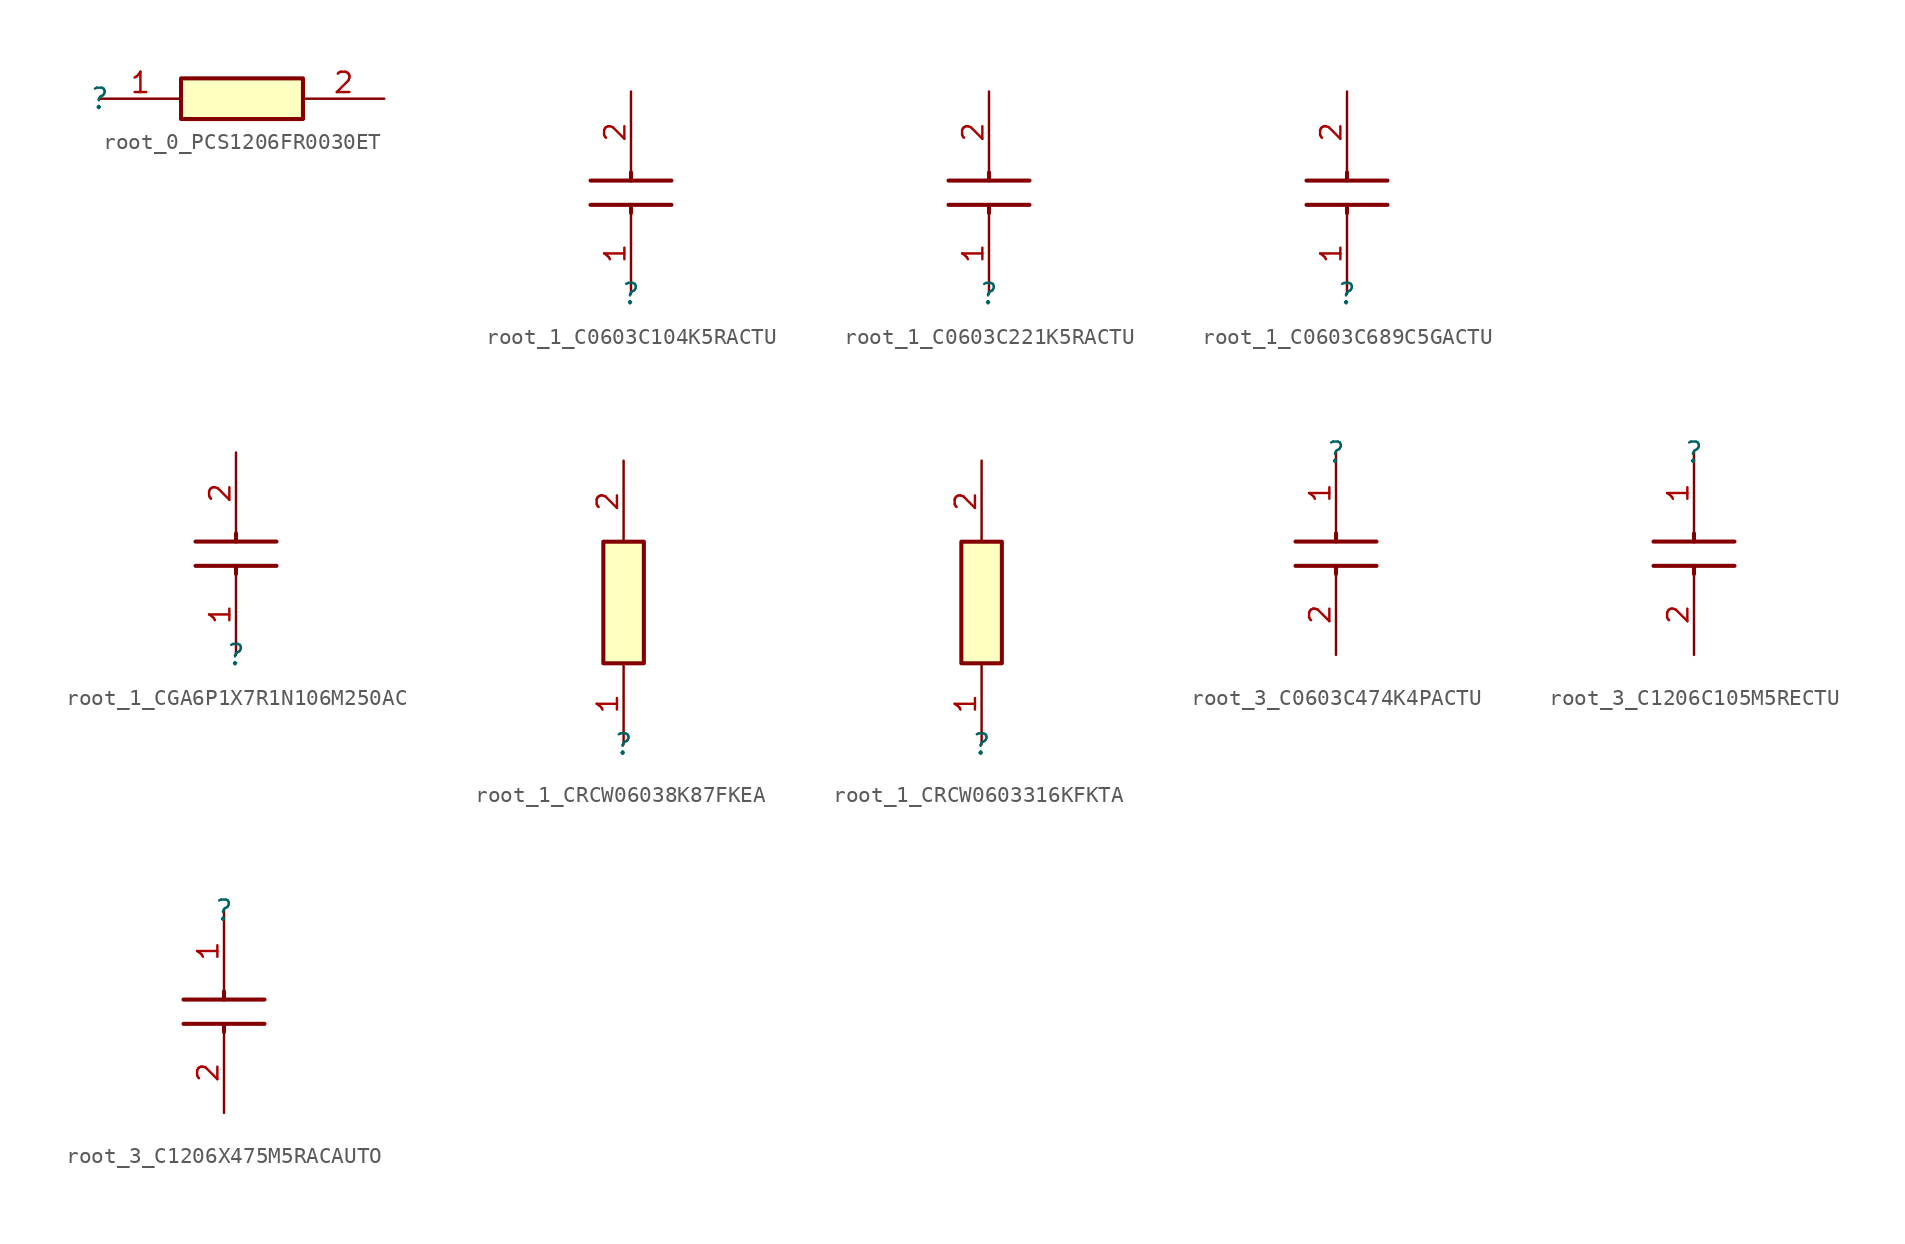
<source format=kicad_sym>
(kicad_symbol_lib
  (version 20220914)
  (generator kicad_symbol_editor)
  (symbol "root_0_PCS1206FR0030ET"
    (property "Reference" ""
      (at 0 0 0)
      (effects (font (size 1.27 1.27))))
    (property "Value" ""
      (at 0 0 0)
      (effects (font (size 1.27 1.27))))
    (symbol "root_0_PCS1206FR0030ET_1_0"
      (rectangle (start 12.7 1.27) (end 5.08 -1.27) (stroke (width 0.254) (type solid)) (fill (type background)))
      (pin passive line (at 0 0 0) (length 5.08) (name "1" (effects (font (size 0 0)))) (number "1" (effects (font (size 1.27 1.27)))))
      (pin passive line (at 17.78 0 180) (length 5.08) (name "2" (effects (font (size 0 0)))) (number "2" (effects (font (size 1.27 1.27)))))))
  (symbol "root_1_C0603C104K5RACTU"
    (property "Reference" ""
      (at 0 0 0)
      (effects (font (size 1.27 1.27))))
    (property "Value" ""
      (at 0 0 0)
      (effects (font (size 1.27 1.27))))
    (symbol "root_1_C0603C104K5RACTU_1_0"
      (polyline (pts (xy -2.54 5.588) (xy 2.54 5.588)) (stroke (width 0.254) (type solid)) (fill (type none)))
      (polyline (pts (xy -2.54 7.112) (xy 2.54 7.112)) (stroke (width 0.254) (type solid)) (fill (type none)))
      (polyline (pts (xy 0 5.08) (xy 0 5.588)) (stroke (width 0.254) (type solid)) (fill (type none)))
      (polyline (pts (xy 0 7.112) (xy 0 7.62)) (stroke (width 0.254) (type solid)) (fill (type none)))
      (pin passive line (at 0 0 90) (length 5.08) (name "1" (effects (font (size 0 0)))) (number "1" (effects (font (size 1.27 1.27)))))
      (pin passive line (at 0 12.7 270) (length 5.08) (name "2" (effects (font (size 0 0)))) (number "2" (effects (font (size 1.27 1.27)))))))
  (symbol "root_1_C0603C221K5RACTU"
    (property "Reference" ""
      (at 0 0 0)
      (effects (font (size 1.27 1.27))))
    (property "Value" ""
      (at 0 0 0)
      (effects (font (size 1.27 1.27))))
    (symbol "root_1_C0603C221K5RACTU_1_0"
      (polyline (pts (xy -2.54 5.588) (xy 2.54 5.588)) (stroke (width 0.254) (type solid)) (fill (type none)))
      (polyline (pts (xy -2.54 7.112) (xy 2.54 7.112)) (stroke (width 0.254) (type solid)) (fill (type none)))
      (polyline (pts (xy 0 5.08) (xy 0 5.588)) (stroke (width 0.254) (type solid)) (fill (type none)))
      (polyline (pts (xy 0 7.112) (xy 0 7.62)) (stroke (width 0.254) (type solid)) (fill (type none)))
      (pin passive line (at 0 0 90) (length 5.08) (name "1" (effects (font (size 0 0)))) (number "1" (effects (font (size 1.27 1.27)))))
      (pin passive line (at 0 12.7 270) (length 5.08) (name "2" (effects (font (size 0 0)))) (number "2" (effects (font (size 1.27 1.27)))))))
  (symbol "root_1_C0603C689C5GACTU"
    (property "Reference" ""
      (at 0 0 0)
      (effects (font (size 1.27 1.27))))
    (property "Value" ""
      (at 0 0 0)
      (effects (font (size 1.27 1.27))))
    (symbol "root_1_C0603C689C5GACTU_1_0"
      (polyline (pts (xy -2.54 5.588) (xy 2.54 5.588)) (stroke (width 0.254) (type solid)) (fill (type none)))
      (polyline (pts (xy -2.54 7.112) (xy 2.54 7.112)) (stroke (width 0.254) (type solid)) (fill (type none)))
      (polyline (pts (xy 0 5.08) (xy 0 5.588)) (stroke (width 0.254) (type solid)) (fill (type none)))
      (polyline (pts (xy 0 7.112) (xy 0 7.62)) (stroke (width 0.254) (type solid)) (fill (type none)))
      (pin passive line (at 0 0 90) (length 5.08) (name "1" (effects (font (size 0 0)))) (number "1" (effects (font (size 1.27 1.27)))))
      (pin passive line (at 0 12.7 270) (length 5.08) (name "2" (effects (font (size 0 0)))) (number "2" (effects (font (size 1.27 1.27)))))))
  (symbol "root_1_CGA6P1X7R1N106M250AC"
    (property "Reference" ""
      (at 0 0 0)
      (effects (font (size 1.27 1.27))))
    (property "Value" ""
      (at 0 0 0)
      (effects (font (size 1.27 1.27))))
    (symbol "root_1_CGA6P1X7R1N106M250AC_1_0"
      (polyline (pts (xy -2.54 5.588) (xy 2.54 5.588)) (stroke (width 0.254) (type solid)) (fill (type none)))
      (polyline (pts (xy -2.54 7.112) (xy 2.54 7.112)) (stroke (width 0.254) (type solid)) (fill (type none)))
      (polyline (pts (xy 0 5.08) (xy 0 5.588)) (stroke (width 0.254) (type solid)) (fill (type none)))
      (polyline (pts (xy 0 7.112) (xy 0 7.62)) (stroke (width 0.254) (type solid)) (fill (type none)))
      (pin passive line (at 0 0 90) (length 5.08) (name "1" (effects (font (size 0 0)))) (number "1" (effects (font (size 1.27 1.27)))))
      (pin passive line (at 0 12.7 270) (length 5.08) (name "2" (effects (font (size 0 0)))) (number "2" (effects (font (size 1.27 1.27)))))))
  (symbol "root_1_CRCW06038K87FKEA"
    (property "Reference" ""
      (at 0 0 0)
      (effects (font (size 1.27 1.27))))
    (property "Value" ""
      (at 0 0 0)
      (effects (font (size 1.27 1.27))))
    (symbol "root_1_CRCW06038K87FKEA_1_0"
      (rectangle (start 1.27 12.7) (end -1.27 5.08) (stroke (width 0.254) (type solid)) (fill (type background)))
      (pin passive line (at 0 0 90) (length 5.08) (name "1" (effects (font (size 0 0)))) (number "1" (effects (font (size 1.27 1.27)))))
      (pin passive line (at 0 17.78 270) (length 5.08) (name "2" (effects (font (size 0 0)))) (number "2" (effects (font (size 1.27 1.27)))))))
  (symbol "root_1_CRCW0603316KFKTA"
    (property "Reference" ""
      (at 0 0 0)
      (effects (font (size 1.27 1.27))))
    (property "Value" ""
      (at 0 0 0)
      (effects (font (size 1.27 1.27))))
    (symbol "root_1_CRCW0603316KFKTA_1_0"
      (rectangle (start 1.27 12.7) (end -1.27 5.08) (stroke (width 0.254) (type solid)) (fill (type background)))
      (pin passive line (at 0 0 90) (length 5.08) (name "1" (effects (font (size 0 0)))) (number "1" (effects (font (size 1.27 1.27)))))
      (pin passive line (at 0 17.78 270) (length 5.08) (name "2" (effects (font (size 0 0)))) (number "2" (effects (font (size 1.27 1.27)))))))
  (symbol "root_3_C0603C474K4PACTU"
    (property "Reference" ""
      (at 0 0 0)
      (effects (font (size 1.27 1.27))))
    (property "Value" ""
      (at 0 0 0)
      (effects (font (size 1.27 1.27))))
    (symbol "root_3_C0603C474K4PACTU_1_0"
      (polyline (pts (xy 0 -7.112) (xy 0 -7.62)) (stroke (width 0.254) (type solid)) (fill (type none)))
      (polyline (pts (xy 0 -5.08) (xy 0 -5.588)) (stroke (width 0.254) (type solid)) (fill (type none)))
      (polyline (pts (xy 2.54 -7.112) (xy -2.54 -7.112)) (stroke (width 0.254) (type solid)) (fill (type none)))
      (polyline (pts (xy 2.54 -5.588) (xy -2.54 -5.588)) (stroke (width 0.254) (type solid)) (fill (type none)))
      (pin passive line (at 0 0 270) (length 5.08) (name "1" (effects (font (size 0 0)))) (number "1" (effects (font (size 1.27 1.27)))))
      (pin passive line (at 0 -12.7 90) (length 5.08) (name "2" (effects (font (size 0 0)))) (number "2" (effects (font (size 1.27 1.27)))))))
  (symbol "root_3_C1206C105M5RECTU"
    (property "Reference" ""
      (at 0 0 0)
      (effects (font (size 1.27 1.27))))
    (property "Value" ""
      (at 0 0 0)
      (effects (font (size 1.27 1.27))))
    (symbol "root_3_C1206C105M5RECTU_1_0"
      (polyline (pts (xy 0 -7.112) (xy 0 -7.62)) (stroke (width 0.254) (type solid)) (fill (type none)))
      (polyline (pts (xy 0 -5.08) (xy 0 -5.588)) (stroke (width 0.254) (type solid)) (fill (type none)))
      (polyline (pts (xy 2.54 -7.112) (xy -2.54 -7.112)) (stroke (width 0.254) (type solid)) (fill (type none)))
      (polyline (pts (xy 2.54 -5.588) (xy -2.54 -5.588)) (stroke (width 0.254) (type solid)) (fill (type none)))
      (pin passive line (at 0 0 270) (length 5.08) (name "1" (effects (font (size 0 0)))) (number "1" (effects (font (size 1.27 1.27)))))
      (pin passive line (at 0 -12.7 90) (length 5.08) (name "2" (effects (font (size 0 0)))) (number "2" (effects (font (size 1.27 1.27)))))))
  (symbol "root_3_C1206X475M5RACAUTO"
    (property "Reference" ""
      (at 0 0 0)
      (effects (font (size 1.27 1.27))))
    (property "Value" ""
      (at 0 0 0)
      (effects (font (size 1.27 1.27))))
    (symbol "root_3_C1206X475M5RACAUTO_1_0"
      (polyline (pts (xy 0 -7.112) (xy 0 -7.62)) (stroke (width 0.254) (type solid)) (fill (type none)))
      (polyline (pts (xy 0 -5.08) (xy 0 -5.588)) (stroke (width 0.254) (type solid)) (fill (type none)))
      (polyline (pts (xy 2.54 -7.112) (xy -2.54 -7.112)) (stroke (width 0.254) (type solid)) (fill (type none)))
      (polyline (pts (xy 2.54 -5.588) (xy -2.54 -5.588)) (stroke (width 0.254) (type solid)) (fill (type none)))
      (pin passive line (at 0 0 270) (length 5.08) (name "1" (effects (font (size 0 0)))) (number "1" (effects (font (size 1.27 1.27)))))
      (pin passive line (at 0 -12.7 90) (length 5.08) (name "2" (effects (font (size 0 0)))) (number "2" (effects (font (size 1.27 1.27))))))))
</source>
